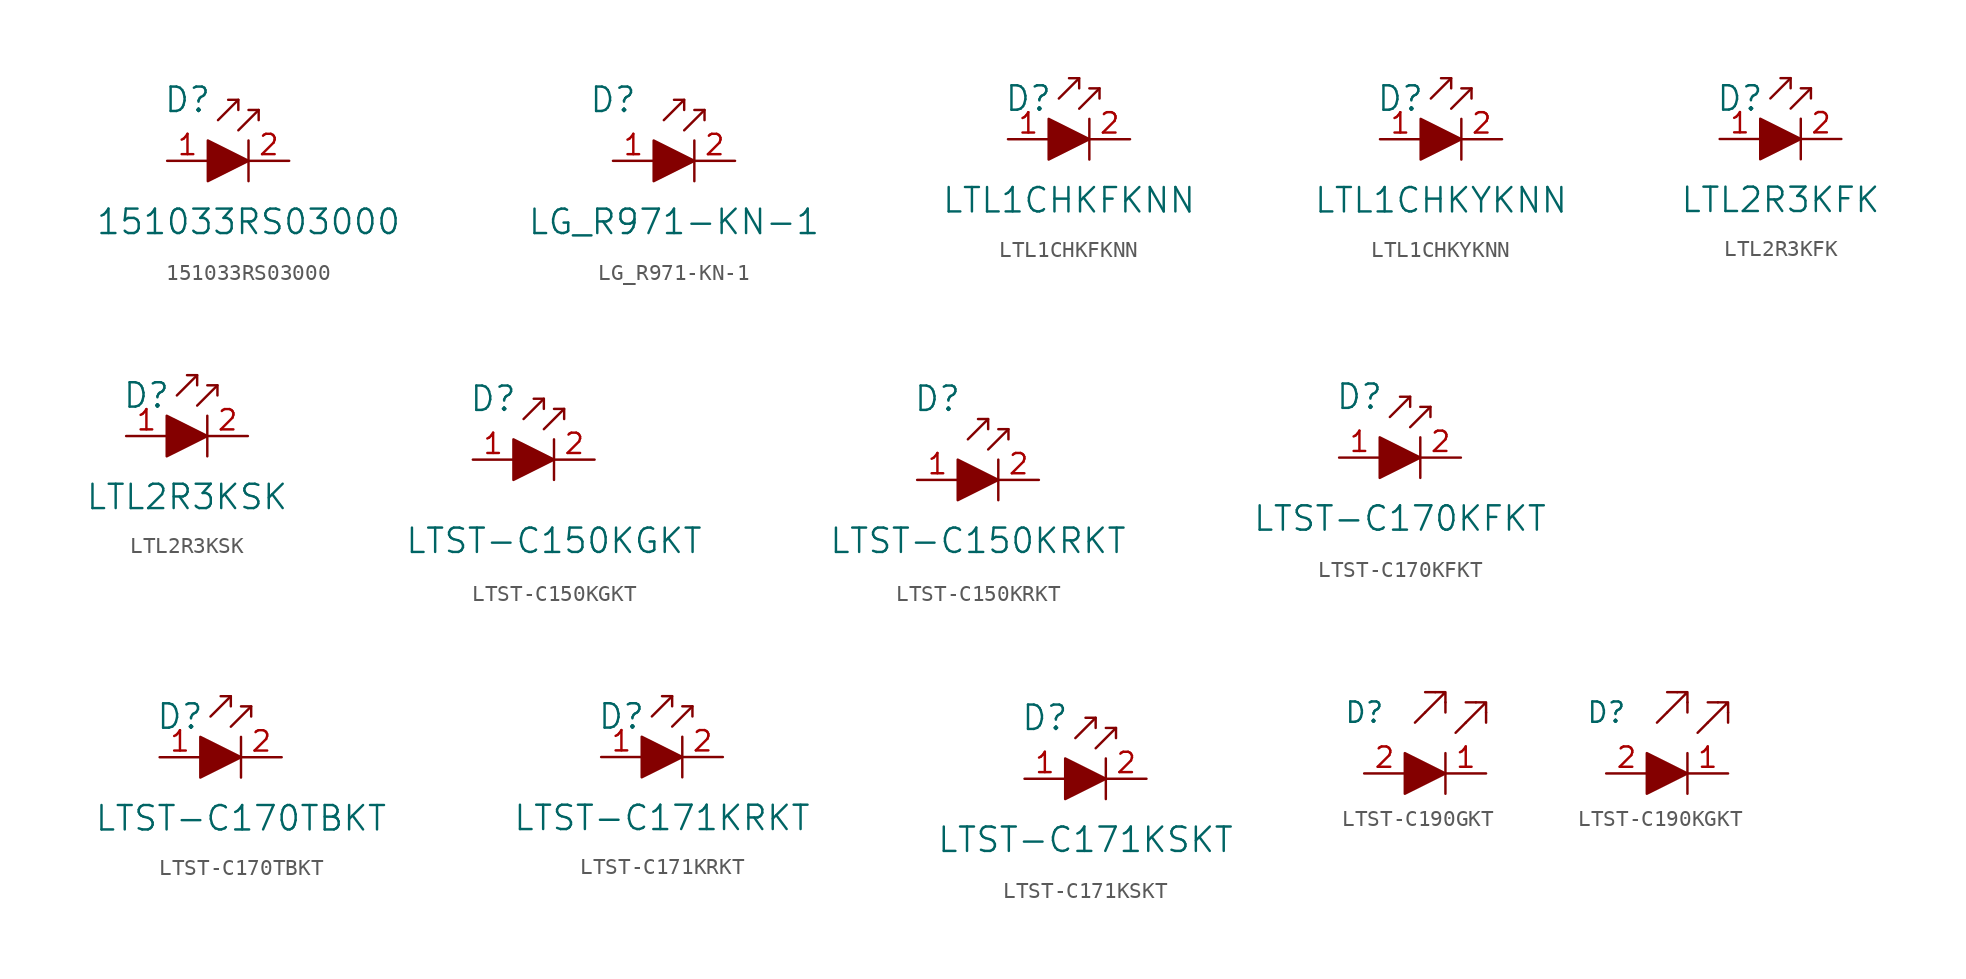
<source format=kicad_sym>
(kicad_symbol_lib
  (version 20231120)
  (generator "kicad_symbol_editor")
  (generator_version "8.0")
  (symbol "151033RS03000"
    (pin_names
      (offset 0))
    (property "Reference" "D"
      (at -3.81 3.81 0)
      (effects (font (size 1.524 1.524))))
    (property "Value" "151033RS03000"
      (at 0 -3.81 0)
      (effects (font (size 1.524 1.524))))
    (symbol "151033RS03000_0_1"
      (polyline (pts (xy -0.635 3.81) (xy -1.905 2.54)) (stroke (width 0) (type default)) (fill (type none)))
      (polyline (pts (xy 0 1.27) (xy 0 -1.27)) (stroke (width 0) (type default)) (fill (type none)))
      (polyline (pts (xy 0.635 3.175) (xy -0.635 1.905)) (stroke (width 0) (type default)) (fill (type none)))
      (polyline (pts (xy -1.27 3.81) (xy -0.635 3.81) (xy -0.635 3.175)) (stroke (width 0) (type default)) (fill (type none)))
      (polyline (pts (xy 0 3.175) (xy 0.635 3.175) (xy 0.635 2.54)) (stroke (width 0) (type default)) (fill (type none)))
      (polyline (pts (xy -2.54 1.27) (xy -2.54 -1.27) (xy 0 0) (xy -2.54 1.27)) (stroke (width 0) (type default)) (fill (type outline))))
    (symbol "151033RS03000_1_1"
      (pin passive line (at -5.08 0 0) (length 2.54) (name "~" (effects (font (size 1.27 1.27)))) (number "1" (effects (font (size 1.27 1.27)))))
      (pin passive line (at 2.54 0 180) (length 2.54) (name "~" (effects (font (size 1.27 1.27)))) (number "2" (effects (font (size 1.27 1.27)))))))
  (symbol "LG_R971-KN-1"
    (pin_names
      (offset 0))
    (property "Reference" "D"
      (at -5.08 3.81 0)
      (effects (font (size 1.524 1.524))))
    (property "Value" "LG_R971-KN-1"
      (at -1.27 -3.81 0)
      (effects (font (size 1.524 1.524))))
    (symbol "LG_R971-KN-1_0_1"
      (polyline (pts (xy -0.635 3.81) (xy -1.905 2.54)) (stroke (width 0) (type default)) (fill (type none)))
      (polyline (pts (xy 0 1.27) (xy 0 -1.27)) (stroke (width 0) (type default)) (fill (type none)))
      (polyline (pts (xy 0.635 3.175) (xy -0.635 1.905)) (stroke (width 0) (type default)) (fill (type none)))
      (polyline (pts (xy -1.27 3.81) (xy -0.635 3.81) (xy -0.635 3.175)) (stroke (width 0) (type default)) (fill (type none)))
      (polyline (pts (xy 0 3.175) (xy 0.635 3.175) (xy 0.635 2.54)) (stroke (width 0) (type default)) (fill (type none)))
      (polyline (pts (xy -2.54 1.27) (xy -2.54 -1.27) (xy 0 0) (xy -2.54 1.27)) (stroke (width 0) (type default)) (fill (type outline))))
    (symbol "LG_R971-KN-1_1_1"
      (pin passive line (at -5.08 0 0) (length 2.54) (name "~" (effects (font (size 1.27 1.27)))) (number "1" (effects (font (size 1.27 1.27)))))
      (pin passive line (at 2.54 0 180) (length 2.54) (name "~" (effects (font (size 1.27 1.27)))) (number "2" (effects (font (size 1.27 1.27)))))))
  (symbol "LTL1CHKFKNN"
    (pin_names
      (offset 0))
    (property "Reference" "D"
      (at -3.81 2.54 0)
      (effects (font (size 1.524 1.524))))
    (property "Value" "LTL1CHKFKNN"
      (at -1.27 -3.81 0)
      (effects (font (size 1.524 1.524))))
    (symbol "LTL1CHKFKNN_0_1"
      (polyline (pts (xy -0.635 3.81) (xy -1.905 2.54)) (stroke (width 0) (type default)) (fill (type none)))
      (polyline (pts (xy 0 1.27) (xy 0 -1.27)) (stroke (width 0) (type default)) (fill (type none)))
      (polyline (pts (xy 0.635 3.175) (xy -0.635 1.905)) (stroke (width 0) (type default)) (fill (type none)))
      (polyline (pts (xy -1.27 3.81) (xy -0.635 3.81) (xy -0.635 3.175)) (stroke (width 0) (type default)) (fill (type none)))
      (polyline (pts (xy 0 3.175) (xy 0.635 3.175) (xy 0.635 2.54)) (stroke (width 0) (type default)) (fill (type none)))
      (polyline (pts (xy -2.54 1.27) (xy -2.54 -1.27) (xy 0 0) (xy -2.54 1.27)) (stroke (width 0) (type default)) (fill (type outline))))
    (symbol "LTL1CHKFKNN_1_1"
      (pin passive line (at -5.08 0 0) (length 2.54) (name "~" (effects (font (size 1.27 1.27)))) (number "1" (effects (font (size 1.27 1.27)))))
      (pin passive line (at 2.54 0 180) (length 2.54) (name "~" (effects (font (size 1.27 1.27)))) (number "2" (effects (font (size 1.27 1.27)))))))
  (symbol "LTL1CHKYKNN"
    (pin_names
      (offset 0))
    (property "Reference" "D"
      (at -3.81 2.54 0)
      (effects (font (size 1.524 1.524))))
    (property "Value" "LTL1CHKYKNN"
      (at -1.27 -3.81 0)
      (effects (font (size 1.524 1.524))))
    (symbol "LTL1CHKYKNN_0_1"
      (polyline (pts (xy -0.635 3.81) (xy -1.905 2.54)) (stroke (width 0) (type default)) (fill (type none)))
      (polyline (pts (xy 0 1.27) (xy 0 -1.27)) (stroke (width 0) (type default)) (fill (type none)))
      (polyline (pts (xy 0.635 3.175) (xy -0.635 1.905)) (stroke (width 0) (type default)) (fill (type none)))
      (polyline (pts (xy -1.27 3.81) (xy -0.635 3.81) (xy -0.635 3.175)) (stroke (width 0) (type default)) (fill (type none)))
      (polyline (pts (xy 0 3.175) (xy 0.635 3.175) (xy 0.635 2.54)) (stroke (width 0) (type default)) (fill (type none)))
      (polyline (pts (xy -2.54 1.27) (xy -2.54 -1.27) (xy 0 0) (xy -2.54 1.27)) (stroke (width 0) (type default)) (fill (type outline))))
    (symbol "LTL1CHKYKNN_1_1"
      (pin passive line (at -5.08 0 0) (length 2.54) (name "~" (effects (font (size 1.27 1.27)))) (number "1" (effects (font (size 1.27 1.27)))))
      (pin passive line (at 2.54 0 180) (length 2.54) (name "~" (effects (font (size 1.27 1.27)))) (number "2" (effects (font (size 1.27 1.27)))))))
  (symbol "LTL2R3KFK"
    (pin_names
      (offset 0))
    (property "Reference" "D"
      (at -3.81 2.54 0)
      (effects (font (size 1.524 1.524))))
    (property "Value" "LTL2R3KFK"
      (at -1.27 -3.81 0)
      (effects (font (size 1.524 1.524))))
    (symbol "LTL2R3KFK_0_1"
      (polyline (pts (xy -0.635 3.81) (xy -1.905 2.54)) (stroke (width 0) (type default)) (fill (type none)))
      (polyline (pts (xy 0 1.27) (xy 0 -1.27)) (stroke (width 0) (type default)) (fill (type none)))
      (polyline (pts (xy 0.635 3.175) (xy -0.635 1.905)) (stroke (width 0) (type default)) (fill (type none)))
      (polyline (pts (xy -1.27 3.81) (xy -0.635 3.81) (xy -0.635 3.175)) (stroke (width 0) (type default)) (fill (type none)))
      (polyline (pts (xy 0 3.175) (xy 0.635 3.175) (xy 0.635 2.54)) (stroke (width 0) (type default)) (fill (type none)))
      (polyline (pts (xy -2.54 1.27) (xy -2.54 -1.27) (xy 0 0) (xy -2.54 1.27)) (stroke (width 0) (type default)) (fill (type outline))))
    (symbol "LTL2R3KFK_1_1"
      (pin passive line (at -5.08 0 0) (length 2.54) (name "~" (effects (font (size 1.27 1.27)))) (number "1" (effects (font (size 1.27 1.27)))))
      (pin passive line (at 2.54 0 180) (length 2.54) (name "~" (effects (font (size 1.27 1.27)))) (number "2" (effects (font (size 1.27 1.27)))))))
  (symbol "LTL2R3KSK"
    (pin_names
      (offset 0))
    (property "Reference" "D"
      (at -3.81 2.54 0)
      (effects (font (size 1.524 1.524))))
    (property "Value" "LTL2R3KSK"
      (at -1.27 -3.81 0)
      (effects (font (size 1.524 1.524))))
    (symbol "LTL2R3KSK_0_1"
      (polyline (pts (xy -0.635 3.81) (xy -1.905 2.54)) (stroke (width 0) (type default)) (fill (type none)))
      (polyline (pts (xy 0 1.27) (xy 0 -1.27)) (stroke (width 0) (type default)) (fill (type none)))
      (polyline (pts (xy 0.635 3.175) (xy -0.635 1.905)) (stroke (width 0) (type default)) (fill (type none)))
      (polyline (pts (xy -1.27 3.81) (xy -0.635 3.81) (xy -0.635 3.175)) (stroke (width 0) (type default)) (fill (type none)))
      (polyline (pts (xy 0 3.175) (xy 0.635 3.175) (xy 0.635 2.54)) (stroke (width 0) (type default)) (fill (type none)))
      (polyline (pts (xy -2.54 1.27) (xy -2.54 -1.27) (xy 0 0) (xy -2.54 1.27)) (stroke (width 0) (type default)) (fill (type outline))))
    (symbol "LTL2R3KSK_1_1"
      (pin passive line (at -5.08 0 0) (length 2.54) (name "~" (effects (font (size 1.27 1.27)))) (number "1" (effects (font (size 1.27 1.27)))))
      (pin passive line (at 2.54 0 180) (length 2.54) (name "~" (effects (font (size 1.27 1.27)))) (number "2" (effects (font (size 1.27 1.27)))))))
  (symbol "LTST-C150KGKT"
    (pin_names
      (offset 0))
    (property "Reference" "D"
      (at -3.81 3.81 0)
      (effects (font (size 1.524 1.524))))
    (property "Value" "LTST-C150KGKT"
      (at 0 -5.08 0)
      (effects (font (size 1.524 1.524))))
    (symbol "LTST-C150KGKT_0_1"
      (polyline (pts (xy -0.635 3.81) (xy -1.905 2.54)) (stroke (width 0) (type default)) (fill (type none)))
      (polyline (pts (xy 0 1.27) (xy 0 -1.27)) (stroke (width 0) (type default)) (fill (type none)))
      (polyline (pts (xy 0.635 3.175) (xy -0.635 1.905)) (stroke (width 0) (type default)) (fill (type none)))
      (polyline (pts (xy -1.27 3.81) (xy -0.635 3.81) (xy -0.635 3.175)) (stroke (width 0) (type default)) (fill (type none)))
      (polyline (pts (xy 0 3.175) (xy 0.635 3.175) (xy 0.635 2.54)) (stroke (width 0) (type default)) (fill (type none)))
      (polyline (pts (xy -2.54 1.27) (xy -2.54 -1.27) (xy 0 0) (xy -2.54 1.27)) (stroke (width 0) (type default)) (fill (type outline))))
    (symbol "LTST-C150KGKT_1_1"
      (pin passive line (at -5.08 0 0) (length 2.54) (name "~" (effects (font (size 1.27 1.27)))) (number "1" (effects (font (size 1.27 1.27)))))
      (pin passive line (at 2.54 0 180) (length 2.54) (name "~" (effects (font (size 1.27 1.27)))) (number "2" (effects (font (size 1.27 1.27)))))))
  (symbol "LTST-C150KRKT"
    (pin_names
      (offset 0))
    (property "Reference" "D"
      (at -3.81 5.08 0)
      (effects (font (size 1.524 1.524))))
    (property "Value" "LTST-C150KRKT"
      (at -1.27 -3.81 0)
      (effects (font (size 1.524 1.524))))
    (symbol "LTST-C150KRKT_0_1"
      (polyline (pts (xy -0.635 3.81) (xy -1.905 2.54)) (stroke (width 0) (type default)) (fill (type none)))
      (polyline (pts (xy 0 1.27) (xy 0 -1.27)) (stroke (width 0) (type default)) (fill (type none)))
      (polyline (pts (xy 0.635 3.175) (xy -0.635 1.905)) (stroke (width 0) (type default)) (fill (type none)))
      (polyline (pts (xy -1.27 3.81) (xy -0.635 3.81) (xy -0.635 3.175)) (stroke (width 0) (type default)) (fill (type none)))
      (polyline (pts (xy 0 3.175) (xy 0.635 3.175) (xy 0.635 2.54)) (stroke (width 0) (type default)) (fill (type none)))
      (polyline (pts (xy -2.54 1.27) (xy -2.54 -1.27) (xy 0 0) (xy -2.54 1.27)) (stroke (width 0) (type default)) (fill (type outline))))
    (symbol "LTST-C150KRKT_1_1"
      (pin passive line (at -5.08 0 0) (length 2.54) (name "~" (effects (font (size 1.27 1.27)))) (number "1" (effects (font (size 1.27 1.27)))))
      (pin passive line (at 2.54 0 180) (length 2.54) (name "~" (effects (font (size 1.27 1.27)))) (number "2" (effects (font (size 1.27 1.27)))))))
  (symbol "LTST-C170KFKT"
    (pin_names
      (offset 0))
    (property "Reference" "D"
      (at -3.81 3.81 0)
      (effects (font (size 1.524 1.524))))
    (property "Value" "LTST-C170KFKT"
      (at -1.27 -3.81 0)
      (effects (font (size 1.524 1.524))))
    (symbol "LTST-C170KFKT_0_1"
      (polyline (pts (xy -0.635 3.81) (xy -1.905 2.54)) (stroke (width 0) (type default)) (fill (type none)))
      (polyline (pts (xy 0 1.27) (xy 0 -1.27)) (stroke (width 0) (type default)) (fill (type none)))
      (polyline (pts (xy 0.635 3.175) (xy -0.635 1.905)) (stroke (width 0) (type default)) (fill (type none)))
      (polyline (pts (xy -1.27 3.81) (xy -0.635 3.81) (xy -0.635 3.175)) (stroke (width 0) (type default)) (fill (type none)))
      (polyline (pts (xy 0 3.175) (xy 0.635 3.175) (xy 0.635 2.54)) (stroke (width 0) (type default)) (fill (type none)))
      (polyline (pts (xy -2.54 1.27) (xy -2.54 -1.27) (xy 0 0) (xy -2.54 1.27)) (stroke (width 0) (type default)) (fill (type outline))))
    (symbol "LTST-C170KFKT_1_1"
      (pin passive line (at -5.08 0 0) (length 2.54) (name "~" (effects (font (size 1.27 1.27)))) (number "1" (effects (font (size 1.27 1.27)))))
      (pin passive line (at 2.54 0 180) (length 2.54) (name "~" (effects (font (size 1.27 1.27)))) (number "2" (effects (font (size 1.27 1.27)))))))
  (symbol "LTST-C170TBKT"
    (pin_names
      (offset 0))
    (property "Reference" "D"
      (at -3.81 2.54 0)
      (effects (font (size 1.524 1.524))))
    (property "Value" "LTST-C170TBKT"
      (at 0 -3.81 0)
      (effects (font (size 1.524 1.524))))
    (symbol "LTST-C170TBKT_0_1"
      (polyline (pts (xy -0.635 3.81) (xy -1.905 2.54)) (stroke (width 0) (type default)) (fill (type none)))
      (polyline (pts (xy 0 1.27) (xy 0 -1.27)) (stroke (width 0) (type default)) (fill (type none)))
      (polyline (pts (xy 0.635 3.175) (xy -0.635 1.905)) (stroke (width 0) (type default)) (fill (type none)))
      (polyline (pts (xy -1.27 3.81) (xy -0.635 3.81) (xy -0.635 3.175)) (stroke (width 0) (type default)) (fill (type none)))
      (polyline (pts (xy 0 3.175) (xy 0.635 3.175) (xy 0.635 2.54)) (stroke (width 0) (type default)) (fill (type none)))
      (polyline (pts (xy -2.54 1.27) (xy -2.54 -1.27) (xy 0 0) (xy -2.54 1.27)) (stroke (width 0) (type default)) (fill (type outline))))
    (symbol "LTST-C170TBKT_1_1"
      (pin passive line (at -5.08 0 0) (length 2.54) (name "~" (effects (font (size 1.27 1.27)))) (number "1" (effects (font (size 1.27 1.27)))))
      (pin passive line (at 2.54 0 180) (length 2.54) (name "~" (effects (font (size 1.27 1.27)))) (number "2" (effects (font (size 1.27 1.27)))))))
  (symbol "LTST-C171KRKT"
    (pin_names
      (offset 0))
    (property "Reference" "D"
      (at -3.81 2.54 0)
      (effects (font (size 1.524 1.524))))
    (property "Value" "LTST-C171KRKT"
      (at -1.27 -3.81 0)
      (effects (font (size 1.524 1.524))))
    (symbol "LTST-C171KRKT_0_1"
      (polyline (pts (xy -0.635 3.81) (xy -1.905 2.54)) (stroke (width 0) (type default)) (fill (type none)))
      (polyline (pts (xy 0 1.27) (xy 0 -1.27)) (stroke (width 0) (type default)) (fill (type none)))
      (polyline (pts (xy 0.635 3.175) (xy -0.635 1.905)) (stroke (width 0) (type default)) (fill (type none)))
      (polyline (pts (xy -1.27 3.81) (xy -0.635 3.81) (xy -0.635 3.175)) (stroke (width 0) (type default)) (fill (type none)))
      (polyline (pts (xy 0 3.175) (xy 0.635 3.175) (xy 0.635 2.54)) (stroke (width 0) (type default)) (fill (type none)))
      (polyline (pts (xy -2.54 1.27) (xy -2.54 -1.27) (xy 0 0) (xy -2.54 1.27)) (stroke (width 0) (type default)) (fill (type outline))))
    (symbol "LTST-C171KRKT_1_1"
      (pin passive line (at -5.08 0 0) (length 2.54) (name "~" (effects (font (size 1.27 1.27)))) (number "1" (effects (font (size 1.27 1.27)))))
      (pin passive line (at 2.54 0 180) (length 2.54) (name "~" (effects (font (size 1.27 1.27)))) (number "2" (effects (font (size 1.27 1.27)))))))
  (symbol "LTST-C171KSKT"
    (pin_names
      (offset 0))
    (property "Reference" "D"
      (at -3.81 3.81 0)
      (effects (font (size 1.524 1.524))))
    (property "Value" "LTST-C171KSKT"
      (at -1.27 -3.81 0)
      (effects (font (size 1.524 1.524))))
    (symbol "LTST-C171KSKT_0_1"
      (polyline (pts (xy -0.635 3.81) (xy -1.905 2.54)) (stroke (width 0) (type default)) (fill (type none)))
      (polyline (pts (xy 0 1.27) (xy 0 -1.27)) (stroke (width 0) (type default)) (fill (type none)))
      (polyline (pts (xy 0.635 3.175) (xy -0.635 1.905)) (stroke (width 0) (type default)) (fill (type none)))
      (polyline (pts (xy -1.27 3.81) (xy -0.635 3.81) (xy -0.635 3.175)) (stroke (width 0) (type default)) (fill (type none)))
      (polyline (pts (xy 0 3.175) (xy 0.635 3.175) (xy 0.635 2.54)) (stroke (width 0) (type default)) (fill (type none)))
      (polyline (pts (xy -2.54 1.27) (xy -2.54 -1.27) (xy 0 0) (xy -2.54 1.27)) (stroke (width 0) (type default)) (fill (type outline))))
    (symbol "LTST-C171KSKT_1_1"
      (pin passive line (at -5.08 0 0) (length 2.54) (name "~" (effects (font (size 1.27 1.27)))) (number "1" (effects (font (size 1.27 1.27)))))
      (pin passive line (at 2.54 0 180) (length 2.54) (name "~" (effects (font (size 1.27 1.27)))) (number "2" (effects (font (size 1.27 1.27)))))))
  (symbol "LTST-C190GKT"
    (pin_names
      (offset 0))
    (property "Reference" "D"
      (at -6.35 3.81 0)
      (effects (font (size 1.27 1.27)) (justify left)))
    (symbol "LTST-C190GKT_0_1"
      (polyline (pts (xy 0 1.27) (xy 0 -1.27)) (stroke (width 0) (type default)) (fill (type none)))
      (polyline (pts (xy -2.54 1.27) (xy -2.54 -1.27) (xy 0 0) (xy -2.54 1.27)) (stroke (width 0) (type default)) (fill (type outline))))
    (symbol "LTST-C190GKT_1_1"
      (polyline (pts (xy -1.27 3.81) (xy -1.905 3.175)) (stroke (width 0) (type default)) (fill (type none)))
      (polyline (pts (xy -0.635 5.08) (xy -1.27 5.08)) (stroke (width 0) (type default)) (fill (type none)))
      (polyline (pts (xy 0 4.445) (xy 0 3.81)) (stroke (width 0) (type default)) (fill (type none)))
      (polyline (pts (xy 1.27 3.175) (xy 0.635 2.54)) (stroke (width 0) (type default)) (fill (type none)))
      (polyline (pts (xy 1.905 4.445) (xy 1.27 4.445)) (stroke (width 0) (type default)) (fill (type none)))
      (polyline (pts (xy 2.54 3.81) (xy 2.54 3.175)) (stroke (width 0) (type default)) (fill (type none)))
      (polyline (pts (xy 1.27 3.175) (xy 2.54 4.445) (xy 1.905 4.445) (xy 2.54 4.445) (xy 2.54 3.81)) (stroke (width 0) (type default)) (fill (type none)))
      (polyline (pts (xy 0 5.08) (xy 0 4.445) (xy 0 5.08) (xy -0.635 5.08) (xy 0 5.08) (xy -1.27 3.81)) (stroke (width 0) (type default)) (fill (type none)))
      (pin output line (at 2.54 0 180) (length 2.54) (name "~" (effects (font (size 1.27 1.27)))) (number "1" (effects (font (size 1.27 1.27)))))
      (pin input line (at -5.08 0 0) (length 2.54) (name "~" (effects (font (size 1.27 1.27)))) (number "2" (effects (font (size 1.27 1.27)))))))
  (symbol "LTST-C190KGKT"
    (pin_names
      (offset 0))
    (property "Reference" "D"
      (at -6.35 3.81 0)
      (effects (font (size 1.27 1.27)) (justify left)))
    (symbol "LTST-C190KGKT_0_1"
      (polyline (pts (xy 0 1.27) (xy 0 -1.27)) (stroke (width 0) (type default)) (fill (type none)))
      (polyline (pts (xy -2.54 1.27) (xy -2.54 -1.27) (xy 0 0) (xy -2.54 1.27)) (stroke (width 0) (type default)) (fill (type outline))))
    (symbol "LTST-C190KGKT_1_1"
      (polyline (pts (xy -1.27 3.81) (xy -1.905 3.175)) (stroke (width 0) (type default)) (fill (type none)))
      (polyline (pts (xy -0.635 5.08) (xy -1.27 5.08)) (stroke (width 0) (type default)) (fill (type none)))
      (polyline (pts (xy 0 4.445) (xy 0 3.81)) (stroke (width 0) (type default)) (fill (type none)))
      (polyline (pts (xy 1.27 3.175) (xy 0.635 2.54)) (stroke (width 0) (type default)) (fill (type none)))
      (polyline (pts (xy 1.905 4.445) (xy 1.27 4.445)) (stroke (width 0) (type default)) (fill (type none)))
      (polyline (pts (xy 2.54 3.81) (xy 2.54 3.175)) (stroke (width 0) (type default)) (fill (type none)))
      (polyline (pts (xy 1.27 3.175) (xy 2.54 4.445) (xy 1.905 4.445) (xy 2.54 4.445) (xy 2.54 3.81)) (stroke (width 0) (type default)) (fill (type none)))
      (polyline (pts (xy 0 5.08) (xy 0 4.445) (xy 0 5.08) (xy -0.635 5.08) (xy 0 5.08) (xy -1.27 3.81)) (stroke (width 0) (type default)) (fill (type none)))
      (pin output line (at 2.54 0 180) (length 2.54) (name "~" (effects (font (size 1.27 1.27)))) (number "1" (effects (font (size 1.27 1.27)))))
      (pin input line (at -5.08 0 0) (length 2.54) (name "~" (effects (font (size 1.27 1.27)))) (number "2" (effects (font (size 1.27 1.27))))))))
</source>
